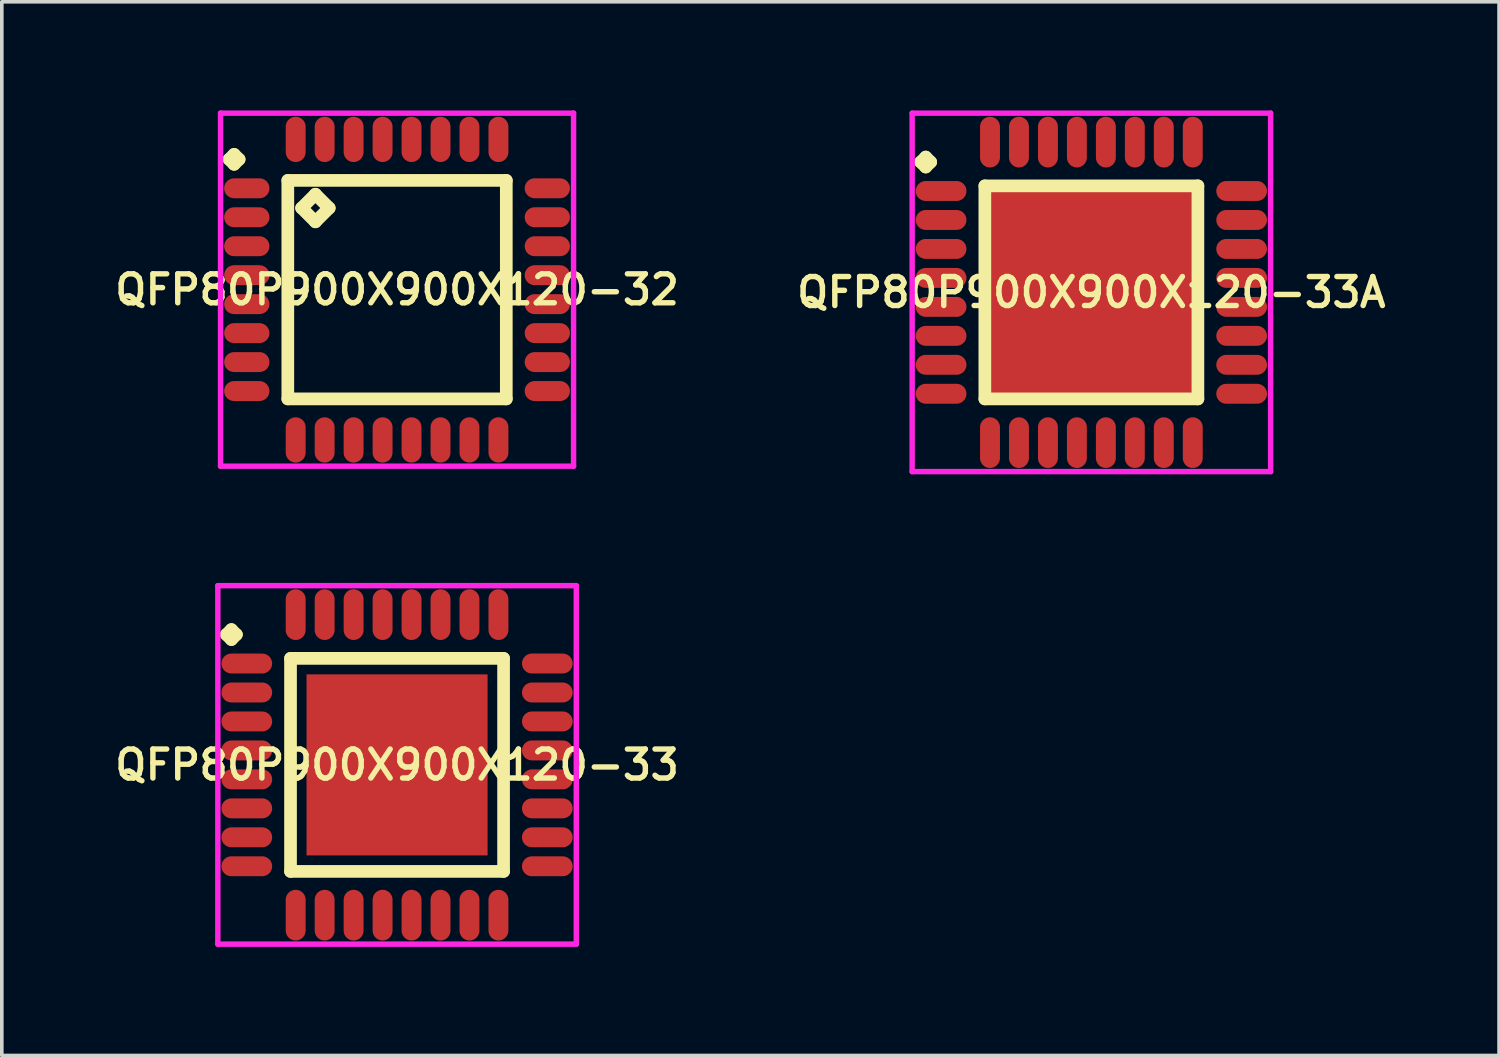
<source format=kicad_pcb>
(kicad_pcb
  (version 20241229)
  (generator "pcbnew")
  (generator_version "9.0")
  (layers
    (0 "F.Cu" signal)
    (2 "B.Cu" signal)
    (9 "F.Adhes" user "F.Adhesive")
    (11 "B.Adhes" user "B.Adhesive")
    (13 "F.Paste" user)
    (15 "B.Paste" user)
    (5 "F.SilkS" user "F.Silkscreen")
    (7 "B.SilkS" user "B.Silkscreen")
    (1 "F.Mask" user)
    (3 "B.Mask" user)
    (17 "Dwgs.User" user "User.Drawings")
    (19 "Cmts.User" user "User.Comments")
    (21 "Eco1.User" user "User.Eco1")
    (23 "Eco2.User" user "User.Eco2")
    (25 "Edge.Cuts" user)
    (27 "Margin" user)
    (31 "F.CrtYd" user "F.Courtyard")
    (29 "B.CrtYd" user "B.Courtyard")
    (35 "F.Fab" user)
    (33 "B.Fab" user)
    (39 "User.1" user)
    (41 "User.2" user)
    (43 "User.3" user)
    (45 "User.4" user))
  (footprint "QFP80P900X900X120-32"
    (layer "F.Cu")
    (at 7.916 4.95)
    (property "Reference" "QFP80P900X900X120-32" (at 0 0 0) (layer "F.SilkS") (effects (font (size 0.8 0.8) (thickness 0.15))))
    (attr through_hole)
    (fp_line (start -4.638 -3.6) (end -4.5 -3.737) (stroke (width 0.35) (type solid)) (layer "F.SilkS"))
    (fp_line (start -4.5 -3.737) (end -4.362 -3.6) (stroke (width 0.35) (type solid)) (layer "F.SilkS"))
    (fp_line (start -4.5 -3.462) (end -4.638 -3.6) (stroke (width 0.35) (type solid)) (layer "F.SilkS"))
    (fp_line (start -4.362 -3.6) (end -4.5 -3.462) (stroke (width 0.35) (type solid)) (layer "F.SilkS"))
    (fp_line (start -3.017 -3.017) (end -3.017 3.017) (stroke (width 0.35) (type solid)) (layer "F.SilkS"))
    (fp_line (start -3.017 3.017) (end 3.017 3.017) (stroke (width 0.35) (type solid)) (layer "F.SilkS"))
    (fp_line (start -2.636 -2.255) (end -2.255 -2.636) (stroke (width 0.35) (type solid)) (layer "F.SilkS"))
    (fp_line (start -2.255 -2.636) (end -1.874 -2.255) (stroke (width 0.35) (type solid)) (layer "F.SilkS"))
    (fp_line (start -2.255 -1.874) (end -2.636 -2.255) (stroke (width 0.35) (type solid)) (layer "F.SilkS"))
    (fp_line (start -1.874 -2.255) (end -2.255 -1.874) (stroke (width 0.35) (type solid)) (layer "F.SilkS"))
    (fp_line (start 3.017 -3.017) (end -3.017 -3.017) (stroke (width 0.35) (type solid)) (layer "F.SilkS"))
    (fp_line (start 3.017 3.017) (end 3.017 -3.017) (stroke (width 0.35) (type solid)) (layer "F.SilkS"))
    (fp_line (start -4.875 -4.875) (end 4.875 -4.875) (stroke (width 0.15) (type solid)) (layer "F.CrtYd"))
    (fp_line (start -4.875 4.875) (end -4.875 -4.875) (stroke (width 0.15) (type solid)) (layer "F.CrtYd"))
    (fp_line (start 4.875 -4.875) (end 4.875 4.875) (stroke (width 0.15) (type solid)) (layer "F.CrtYd"))
    (fp_line (start 4.875 4.875) (end -4.875 4.875) (stroke (width 0.15) (type solid)) (layer "F.CrtYd"))
    (pad "1" smd oval (at -4.15 -2.8) (size 1.25 0.55) (layers "F.Cu" "F.Mask" "F.Paste"))
    (pad "2" smd oval (at -4.15 -2) (size 1.25 0.55) (layers "F.Cu" "F.Mask" "F.Paste"))
    (pad "3" smd oval (at -4.15 -1.2) (size 1.25 0.55) (layers "F.Cu" "F.Mask" "F.Paste"))
    (pad "4" smd oval (at -4.15 -0.4) (size 1.25 0.55) (layers "F.Cu" "F.Mask" "F.Paste"))
    (pad "5" smd oval (at -4.15 0.4) (size 1.25 0.55) (layers "F.Cu" "F.Mask" "F.Paste"))
    (pad "6" smd oval (at -4.15 1.2) (size 1.25 0.55) (layers "F.Cu" "F.Mask" "F.Paste"))
    (pad "7" smd oval (at -4.15 2) (size 1.25 0.55) (layers "F.Cu" "F.Mask" "F.Paste"))
    (pad "8" smd oval (at -4.15 2.8) (size 1.25 0.55) (layers "F.Cu" "F.Mask" "F.Paste"))
    (pad "9" smd oval (at -2.8 4.15) (size 0.55 1.25) (layers "F.Cu" "F.Mask" "F.Paste"))
    (pad "10" smd oval (at -2 4.15) (size 0.55 1.25) (layers "F.Cu" "F.Mask" "F.Paste"))
    (pad "11" smd oval (at -1.2 4.15) (size 0.55 1.25) (layers "F.Cu" "F.Mask" "F.Paste"))
    (pad "12" smd oval (at -0.4 4.15) (size 0.55 1.25) (layers "F.Cu" "F.Mask" "F.Paste"))
    (pad "13" smd oval (at 0.4 4.15) (size 0.55 1.25) (layers "F.Cu" "F.Mask" "F.Paste"))
    (pad "14" smd oval (at 1.2 4.15) (size 0.55 1.25) (layers "F.Cu" "F.Mask" "F.Paste"))
    (pad "15" smd oval (at 2 4.15) (size 0.55 1.25) (layers "F.Cu" "F.Mask" "F.Paste"))
    (pad "16" smd oval (at 2.8 4.15) (size 0.55 1.25) (layers "F.Cu" "F.Mask" "F.Paste"))
    (pad "17" smd oval (at 4.15 2.8) (size 1.25 0.55) (layers "F.Cu" "F.Mask" "F.Paste"))
    (pad "18" smd oval (at 4.15 2) (size 1.25 0.55) (layers "F.Cu" "F.Mask" "F.Paste"))
    (pad "19" smd oval (at 4.15 1.2) (size 1.25 0.55) (layers "F.Cu" "F.Mask" "F.Paste"))
    (pad "20" smd oval (at 4.15 0.4) (size 1.25 0.55) (layers "F.Cu" "F.Mask" "F.Paste"))
    (pad "21" smd oval (at 4.15 -0.4) (size 1.25 0.55) (layers "F.Cu" "F.Mask" "F.Paste"))
    (pad "22" smd oval (at 4.15 -1.2) (size 1.25 0.55) (layers "F.Cu" "F.Mask" "F.Paste"))
    (pad "23" smd oval (at 4.15 -2) (size 1.25 0.55) (layers "F.Cu" "F.Mask" "F.Paste"))
    (pad "24" smd oval (at 4.15 -2.8) (size 1.25 0.55) (layers "F.Cu" "F.Mask" "F.Paste"))
    (pad "25" smd oval (at 2.8 -4.15) (size 0.55 1.25) (layers "F.Cu" "F.Mask" "F.Paste"))
    (pad "26" smd oval (at 2 -4.15) (size 0.55 1.25) (layers "F.Cu" "F.Mask" "F.Paste"))
    (pad "27" smd oval (at 1.2 -4.15) (size 0.55 1.25) (layers "F.Cu" "F.Mask" "F.Paste"))
    (pad "28" smd oval (at 0.4 -4.15) (size 0.55 1.25) (layers "F.Cu" "F.Mask" "F.Paste"))
    (pad "29" smd oval (at -0.4 -4.15) (size 0.55 1.25) (layers "F.Cu" "F.Mask" "F.Paste"))
    (pad "30" smd oval (at -1.2 -4.15) (size 0.55 1.25) (layers "F.Cu" "F.Mask" "F.Paste"))
    (pad "31" smd oval (at -2 -4.15) (size 0.55 1.25) (layers "F.Cu" "F.Mask" "F.Paste"))
    (pad "32" smd oval (at -2.8 -4.15) (size 0.55 1.25) (layers "F.Cu" "F.Mask" "F.Paste")))
  (footprint "QFP80P900X900X120-33A"
    (layer "F.Cu")
    (at 27.092 5.025)
    (property "Reference" "QFP80P900X900X120-33A" (at 0 0 0) (layer "F.SilkS") (effects (font (size 0.8 0.8) (thickness 0.15))))
    (attr smd)
    (fp_line (start -4.713 -3.6) (end -4.575 -3.737) (stroke (width 0.35) (type solid)) (layer "F.SilkS"))
    (fp_line (start -4.575 -3.737) (end -4.438 -3.6) (stroke (width 0.35) (type solid)) (layer "F.SilkS"))
    (fp_line (start -4.575 -3.462) (end -4.713 -3.6) (stroke (width 0.35) (type solid)) (layer "F.SilkS"))
    (fp_line (start -4.438 -3.6) (end -4.575 -3.462) (stroke (width 0.35) (type solid)) (layer "F.SilkS"))
    (fp_line (start -2.942 -2.942) (end -2.942 2.942) (stroke (width 0.35) (type solid)) (layer "F.SilkS"))
    (fp_line (start -2.942 2.942) (end 2.942 2.942) (stroke (width 0.35) (type solid)) (layer "F.SilkS"))
    (fp_line (start 2.942 -2.942) (end -2.942 -2.942) (stroke (width 0.35) (type solid)) (layer "F.SilkS"))
    (fp_line (start 2.942 2.942) (end 2.942 -2.942) (stroke (width 0.35) (type solid)) (layer "F.SilkS"))
    (fp_line (start -4.95 -4.95) (end 4.95 -4.95) (stroke (width 0.15) (type solid)) (layer "F.CrtYd"))
    (fp_line (start -4.95 4.95) (end -4.95 -4.95) (stroke (width 0.15) (type solid)) (layer "F.CrtYd"))
    (fp_line (start 4.95 -4.95) (end 4.95 4.95) (stroke (width 0.15) (type solid)) (layer "F.CrtYd"))
    (fp_line (start 4.95 4.95) (end -4.95 4.95) (stroke (width 0.15) (type solid)) (layer "F.CrtYd"))
    (pad "1" smd oval (at -4.15 -2.8) (size 1.4 0.55) (layers "F.Cu" "F.Mask" "F.Paste"))
    (pad "2" smd oval (at -4.15 -2) (size 1.4 0.55) (layers "F.Cu" "F.Mask" "F.Paste"))
    (pad "3" smd oval (at -4.15 -1.2) (size 1.4 0.55) (layers "F.Cu" "F.Mask" "F.Paste"))
    (pad "4" smd oval (at -4.15 -0.4) (size 1.4 0.55) (layers "F.Cu" "F.Mask" "F.Paste"))
    (pad "5" smd oval (at -4.15 0.4) (size 1.4 0.55) (layers "F.Cu" "F.Mask" "F.Paste"))
    (pad "6" smd oval (at -4.15 1.2) (size 1.4 0.55) (layers "F.Cu" "F.Mask" "F.Paste"))
    (pad "7" smd oval (at -4.15 2) (size 1.4 0.55) (layers "F.Cu" "F.Mask" "F.Paste"))
    (pad "8" smd oval (at -4.15 2.8) (size 1.4 0.55) (layers "F.Cu" "F.Mask" "F.Paste"))
    (pad "9" smd oval (at -2.8 4.15) (size 0.55 1.4) (layers "F.Cu" "F.Mask" "F.Paste"))
    (pad "10" smd oval (at -2 4.15) (size 0.55 1.4) (layers "F.Cu" "F.Mask" "F.Paste"))
    (pad "11" smd oval (at -1.2 4.15) (size 0.55 1.4) (layers "F.Cu" "F.Mask" "F.Paste"))
    (pad "12" smd oval (at -0.4 4.15) (size 0.55 1.4) (layers "F.Cu" "F.Mask" "F.Paste"))
    (pad "13" smd oval (at 0.4 4.15) (size 0.55 1.4) (layers "F.Cu" "F.Mask" "F.Paste"))
    (pad "14" smd oval (at 1.2 4.15) (size 0.55 1.4) (layers "F.Cu" "F.Mask" "F.Paste"))
    (pad "15" smd oval (at 2 4.15) (size 0.55 1.4) (layers "F.Cu" "F.Mask" "F.Paste"))
    (pad "16" smd oval (at 2.8 4.15) (size 0.55 1.4) (layers "F.Cu" "F.Mask" "F.Paste"))
    (pad "17" smd oval (at 4.15 2.8) (size 1.4 0.55) (layers "F.Cu" "F.Mask" "F.Paste"))
    (pad "18" smd oval (at 4.15 2) (size 1.4 0.55) (layers "F.Cu" "F.Mask" "F.Paste"))
    (pad "19" smd oval (at 4.15 1.2) (size 1.4 0.55) (layers "F.Cu" "F.Mask" "F.Paste"))
    (pad "20" smd oval (at 4.15 0.4) (size 1.4 0.55) (layers "F.Cu" "F.Mask" "F.Paste"))
    (pad "21" smd oval (at 4.15 -0.4) (size 1.4 0.55) (layers "F.Cu" "F.Mask" "F.Paste"))
    (pad "22" smd oval (at 4.15 -1.2) (size 1.4 0.55) (layers "F.Cu" "F.Mask" "F.Paste"))
    (pad "23" smd oval (at 4.15 -2) (size 1.4 0.55) (layers "F.Cu" "F.Mask" "F.Paste"))
    (pad "24" smd oval (at 4.15 -2.8) (size 1.4 0.55) (layers "F.Cu" "F.Mask" "F.Paste"))
    (pad "25" smd oval (at 2.8 -4.15) (size 0.55 1.4) (layers "F.Cu" "F.Mask" "F.Paste"))
    (pad "26" smd oval (at 2 -4.15) (size 0.55 1.4) (layers "F.Cu" "F.Mask" "F.Paste"))
    (pad "27" smd oval (at 1.2 -4.15) (size 0.55 1.4) (layers "F.Cu" "F.Mask" "F.Paste"))
    (pad "28" smd oval (at 0.4 -4.15) (size 0.55 1.4) (layers "F.Cu" "F.Mask" "F.Paste"))
    (pad "29" smd oval (at -0.4 -4.15) (size 0.55 1.4) (layers "F.Cu" "F.Mask" "F.Paste"))
    (pad "30" smd oval (at -1.2 -4.15) (size 0.55 1.4) (layers "F.Cu" "F.Mask" "F.Paste"))
    (pad "31" smd oval (at -2 -4.15) (size 0.55 1.4) (layers "F.Cu" "F.Mask" "F.Paste"))
    (pad "32" smd oval (at -2.8 -4.15) (size 0.55 1.4) (layers "F.Cu" "F.Mask" "F.Paste"))
    (pad "33" smd rect (at 0 0) (size 6 6) (layers "F.Cu" "F.Mask" "F.Paste")))
  (footprint "QFP80P900X900X120-33"
    (layer "F.Cu")
    (at 7.916 18.075)
    (property "Reference" "QFP80P900X900X120-33" (at 0 0 0) (layer "F.SilkS") (effects (font (size 0.8 0.8) (thickness 0.15))))
    (attr smd)
    (fp_line (start -4.713 -3.6) (end -4.575 -3.737) (stroke (width 0.35) (type solid)) (layer "F.SilkS"))
    (fp_line (start -4.575 -3.737) (end -4.438 -3.6) (stroke (width 0.35) (type solid)) (layer "F.SilkS"))
    (fp_line (start -4.575 -3.462) (end -4.713 -3.6) (stroke (width 0.35) (type solid)) (layer "F.SilkS"))
    (fp_line (start -4.438 -3.6) (end -4.575 -3.462) (stroke (width 0.35) (type solid)) (layer "F.SilkS"))
    (fp_line (start -2.942 -2.942) (end -2.942 2.942) (stroke (width 0.35) (type solid)) (layer "F.SilkS"))
    (fp_line (start -2.942 2.942) (end 2.942 2.942) (stroke (width 0.35) (type solid)) (layer "F.SilkS"))
    (fp_line (start 2.942 -2.942) (end -2.942 -2.942) (stroke (width 0.35) (type solid)) (layer "F.SilkS"))
    (fp_line (start 2.942 2.942) (end 2.942 -2.942) (stroke (width 0.35) (type solid)) (layer "F.SilkS"))
    (fp_line (start -4.95 -4.95) (end 4.95 -4.95) (stroke (width 0.15) (type solid)) (layer "F.CrtYd"))
    (fp_line (start -4.95 4.95) (end -4.95 -4.95) (stroke (width 0.15) (type solid)) (layer "F.CrtYd"))
    (fp_line (start 4.95 -4.95) (end 4.95 4.95) (stroke (width 0.15) (type solid)) (layer "F.CrtYd"))
    (fp_line (start 4.95 4.95) (end -4.95 4.95) (stroke (width 0.15) (type solid)) (layer "F.CrtYd"))
    (pad "1" smd oval (at -4.15 -2.8) (size 1.4 0.55) (layers "F.Cu" "F.Mask" "F.Paste"))
    (pad "2" smd oval (at -4.15 -2) (size 1.4 0.55) (layers "F.Cu" "F.Mask" "F.Paste"))
    (pad "3" smd oval (at -4.15 -1.2) (size 1.4 0.55) (layers "F.Cu" "F.Mask" "F.Paste"))
    (pad "4" smd oval (at -4.15 -0.4) (size 1.4 0.55) (layers "F.Cu" "F.Mask" "F.Paste"))
    (pad "5" smd oval (at -4.15 0.4) (size 1.4 0.55) (layers "F.Cu" "F.Mask" "F.Paste"))
    (pad "6" smd oval (at -4.15 1.2) (size 1.4 0.55) (layers "F.Cu" "F.Mask" "F.Paste"))
    (pad "7" smd oval (at -4.15 2) (size 1.4 0.55) (layers "F.Cu" "F.Mask" "F.Paste"))
    (pad "8" smd oval (at -4.15 2.8) (size 1.4 0.55) (layers "F.Cu" "F.Mask" "F.Paste"))
    (pad "9" smd oval (at -2.8 4.15) (size 0.55 1.4) (layers "F.Cu" "F.Mask" "F.Paste"))
    (pad "10" smd oval (at -2 4.15) (size 0.55 1.4) (layers "F.Cu" "F.Mask" "F.Paste"))
    (pad "11" smd oval (at -1.2 4.15) (size 0.55 1.4) (layers "F.Cu" "F.Mask" "F.Paste"))
    (pad "12" smd oval (at -0.4 4.15) (size 0.55 1.4) (layers "F.Cu" "F.Mask" "F.Paste"))
    (pad "13" smd oval (at 0.4 4.15) (size 0.55 1.4) (layers "F.Cu" "F.Mask" "F.Paste"))
    (pad "14" smd oval (at 1.2 4.15) (size 0.55 1.4) (layers "F.Cu" "F.Mask" "F.Paste"))
    (pad "15" smd oval (at 2 4.15) (size 0.55 1.4) (layers "F.Cu" "F.Mask" "F.Paste"))
    (pad "16" smd oval (at 2.8 4.15) (size 0.55 1.4) (layers "F.Cu" "F.Mask" "F.Paste"))
    (pad "17" smd oval (at 4.15 2.8) (size 1.4 0.55) (layers "F.Cu" "F.Mask" "F.Paste"))
    (pad "18" smd oval (at 4.15 2) (size 1.4 0.55) (layers "F.Cu" "F.Mask" "F.Paste"))
    (pad "19" smd oval (at 4.15 1.2) (size 1.4 0.55) (layers "F.Cu" "F.Mask" "F.Paste"))
    (pad "20" smd oval (at 4.15 0.4) (size 1.4 0.55) (layers "F.Cu" "F.Mask" "F.Paste"))
    (pad "21" smd oval (at 4.15 -0.4) (size 1.4 0.55) (layers "F.Cu" "F.Mask" "F.Paste"))
    (pad "22" smd oval (at 4.15 -1.2) (size 1.4 0.55) (layers "F.Cu" "F.Mask" "F.Paste"))
    (pad "23" smd oval (at 4.15 -2) (size 1.4 0.55) (layers "F.Cu" "F.Mask" "F.Paste"))
    (pad "24" smd oval (at 4.15 -2.8) (size 1.4 0.55) (layers "F.Cu" "F.Mask" "F.Paste"))
    (pad "25" smd oval (at 2.8 -4.15) (size 0.55 1.4) (layers "F.Cu" "F.Mask" "F.Paste"))
    (pad "26" smd oval (at 2 -4.15) (size 0.55 1.4) (layers "F.Cu" "F.Mask" "F.Paste"))
    (pad "27" smd oval (at 1.2 -4.15) (size 0.55 1.4) (layers "F.Cu" "F.Mask" "F.Paste"))
    (pad "28" smd oval (at 0.4 -4.15) (size 0.55 1.4) (layers "F.Cu" "F.Mask" "F.Paste"))
    (pad "29" smd oval (at -0.4 -4.15) (size 0.55 1.4) (layers "F.Cu" "F.Mask" "F.Paste"))
    (pad "30" smd oval (at -1.2 -4.15) (size 0.55 1.4) (layers "F.Cu" "F.Mask" "F.Paste"))
    (pad "31" smd oval (at -2 -4.15) (size 0.55 1.4) (layers "F.Cu" "F.Mask" "F.Paste"))
    (pad "32" smd oval (at -2.8 -4.15) (size 0.55 1.4) (layers "F.Cu" "F.Mask" "F.Paste"))
    (pad "33" smd rect (at 0 0) (size 5 5) (layers "F.Cu" "F.Mask" "F.Paste")))
  (gr_rect
    (start -3 -3)
    (end 38.351 26.1)
    (stroke (width 0.1) (type default))
    (fill no)
    (layer "Edge.Cuts")))
</source>
